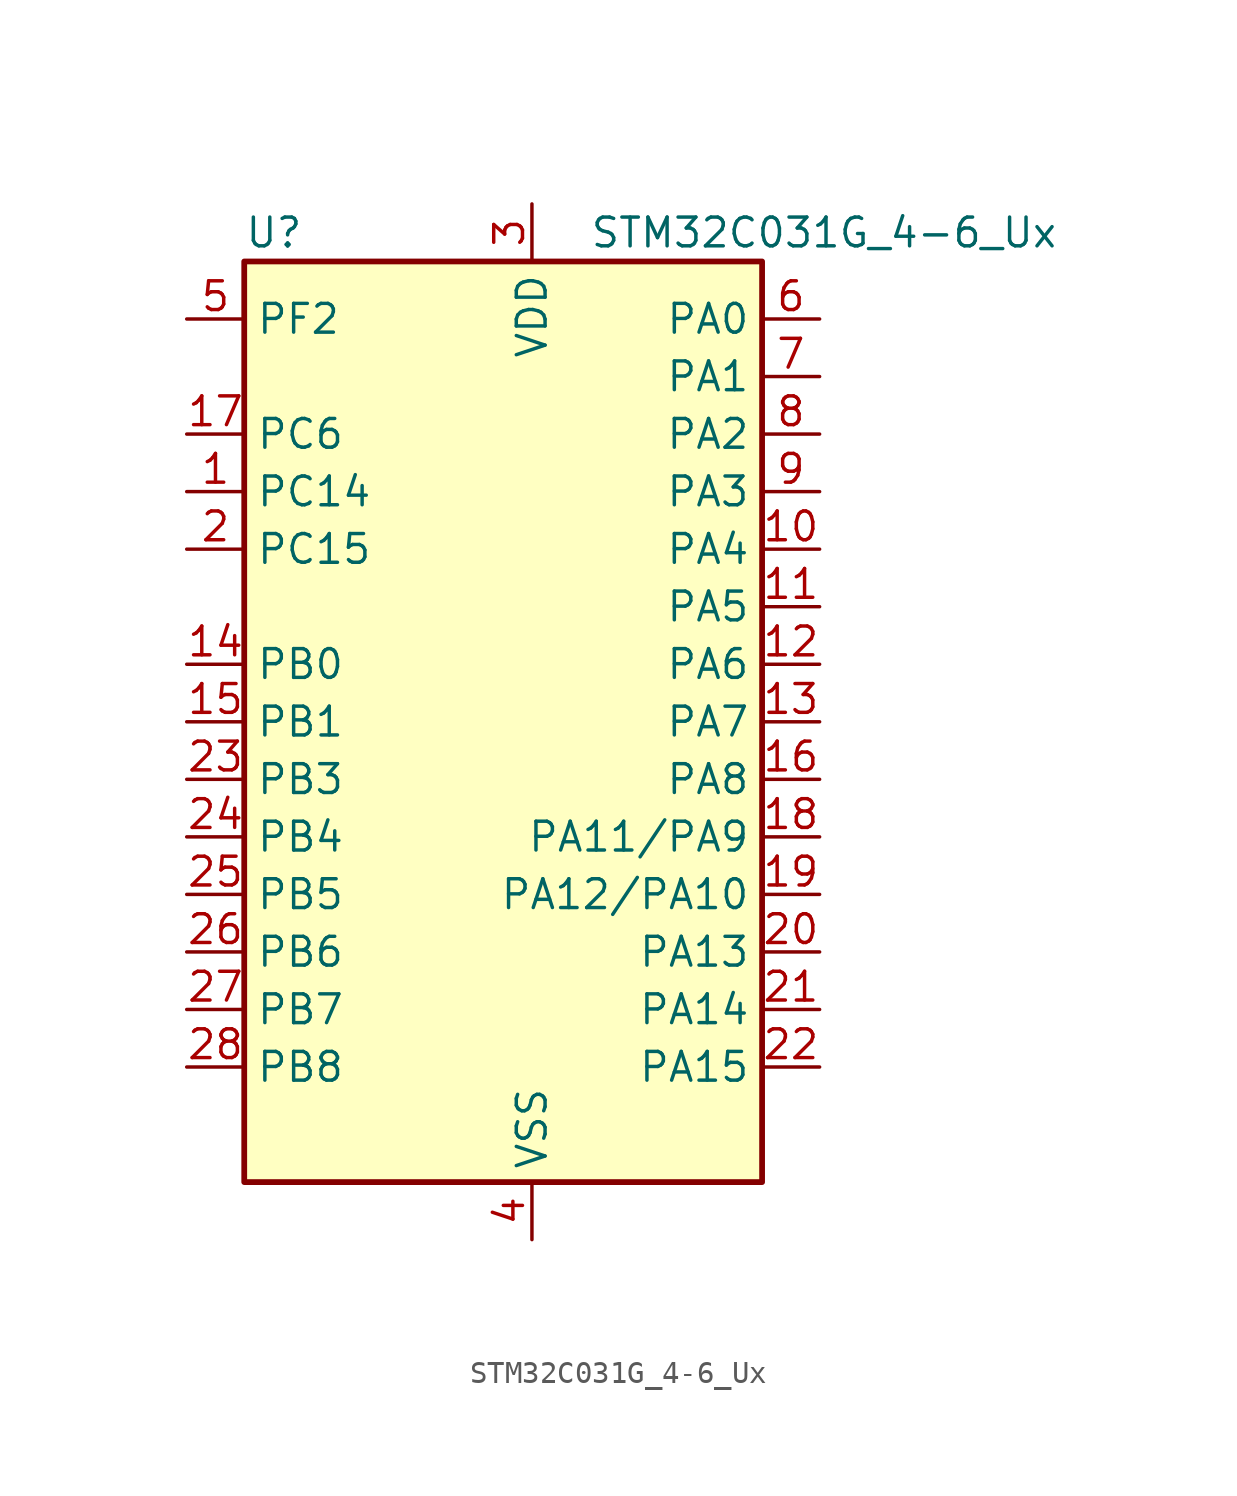
<source format=kicad_sym>
(kicad_symbol_lib
  (version 20211014)
  (generator kicad-library-utils)
  (symbol "STM32C031G_4-6_Ux"
    (property "Reference" "U"
      (at -10.16 21.59 0)
      (effects (font (size 1.27 1.27)) (justify left)))
    (property "Value" "STM32C031G_4-6_Ux"
      (at 5.08 21.59 0)
      (effects (font (size 1.27 1.27)) (justify left)))
    (property "ki_fp_filters" "QFN*4x4mm*P0.5mm*"
      (at 0.0 0.0 0.0)
      (effects (font (size 1.27 1.27))))
    (symbol "STM32C031G_4-6_Ux_0_1"
      (rectangle (start -10.16 -20.32) (end 12.7 20.32) (stroke (width 0.254)) (fill (type background))))
    (symbol "STM32C031G_4-6_Ux_1_1"
      (pin bidirectional line (at -12.7 17.78 0) (length 2.54) (name "PF2" (effects (font (size 1.27 1.27)))) (number "5" (effects (font (size 1.27 1.27)))) (alternate "RCC_MCO" bidirectional line) (alternate "TIM1_CH4" bidirectional line))
      (pin bidirectional line (at -12.7 12.7 0) (length 2.54) (name "PC6" (effects (font (size 1.27 1.27)))) (number "17" (effects (font (size 1.27 1.27)))) (alternate "TIM3_CH1" bidirectional line))
      (pin bidirectional line (at -12.7 10.16 0) (length 2.54) (name "PC14" (effects (font (size 1.27 1.27)))) (number "1" (effects (font (size 1.27 1.27)))) (alternate "I2C1_SDA" bidirectional line) (alternate "IR_OUT" bidirectional line) (alternate "RCC_OSCX_IN" bidirectional line) (alternate "TIM17_CH1" bidirectional line) (alternate "TIM1_BKIN2" bidirectional line) (alternate "TIM1_ETR" bidirectional line) (alternate "TIM3_CH2" bidirectional line) (alternate "USART1_TX" bidirectional line) (alternate "USART2_CK" bidirectional line) (alternate "USART2_DE" bidirectional line) (alternate "USART2_RTS" bidirectional line))
      (pin bidirectional line (at -12.7 7.62 0) (length 2.54) (name "PC15" (effects (font (size 1.27 1.27)))) (number "2" (effects (font (size 1.27 1.27)))) (alternate "RCC_OSC32_EN" bidirectional line) (alternate "RCC_OSCX_OUT" bidirectional line) (alternate "RCC_OSC_EN" bidirectional line) (alternate "TIM1_ETR" bidirectional line) (alternate "TIM3_CH3" bidirectional line))
      (pin bidirectional line (at -12.7 2.54 0) (length 2.54) (name "PB0" (effects (font (size 1.27 1.27)))) (number "14" (effects (font (size 1.27 1.27)))) (alternate "ADC1_IN17" bidirectional line) (alternate "I2S1_WS" bidirectional line) (alternate "SPI1_NSS" bidirectional line) (alternate "TIM1_CH2N" bidirectional line) (alternate "TIM3_CH3" bidirectional line))
      (pin bidirectional line (at -12.7 0.0 0) (length 2.54) (name "PB1" (effects (font (size 1.27 1.27)))) (number "15" (effects (font (size 1.27 1.27)))) (alternate "ADC1_IN18" bidirectional line) (alternate "TIM14_CH1" bidirectional line) (alternate "TIM1_CH2N" bidirectional line) (alternate "TIM1_CH3N" bidirectional line) (alternate "TIM3_CH4" bidirectional line))
      (pin bidirectional line (at -12.7 -2.54 0) (length 2.54) (name "PB3" (effects (font (size 1.27 1.27)))) (number "23" (effects (font (size 1.27 1.27)))) (alternate "I2S1_CK" bidirectional line) (alternate "SPI1_SCK" bidirectional line) (alternate "TIM1_CH2" bidirectional line) (alternate "TIM3_CH2" bidirectional line) (alternate "USART1_CK" bidirectional line) (alternate "USART1_DE" bidirectional line) (alternate "USART1_RTS" bidirectional line))
      (pin bidirectional line (at -12.7 -5.08 0) (length 2.54) (name "PB4" (effects (font (size 1.27 1.27)))) (number "24" (effects (font (size 1.27 1.27)))) (alternate "I2S1_MCK" bidirectional line) (alternate "SPI1_MISO" bidirectional line) (alternate "TIM17_BKIN" bidirectional line) (alternate "TIM3_CH1" bidirectional line) (alternate "USART1_CTS" bidirectional line) (alternate "USART1_NSS" bidirectional line))
      (pin bidirectional line (at -12.7 -7.62 0) (length 2.54) (name "PB5" (effects (font (size 1.27 1.27)))) (number "25" (effects (font (size 1.27 1.27)))) (alternate "I2C1_SMBA" bidirectional line) (alternate "I2S1_SD" bidirectional line) (alternate "PWR_WKUP6" bidirectional line) (alternate "SPI1_MOSI" bidirectional line) (alternate "TIM16_BKIN" bidirectional line) (alternate "TIM3_CH2" bidirectional line) (alternate "TIM3_CH3" bidirectional line))
      (pin bidirectional line (at -12.7 -10.16 0) (length 2.54) (name "PB6" (effects (font (size 1.27 1.27)))) (number "26" (effects (font (size 1.27 1.27)))) (alternate "I2C1_SCL" bidirectional line) (alternate "I2C1_SMBA" bidirectional line) (alternate "I2S1_CK" bidirectional line) (alternate "I2S1_MCK" bidirectional line) (alternate "I2S1_SD" bidirectional line) (alternate "PWR_WKUP3" bidirectional line) (alternate "SPI1_MISO" bidirectional line) (alternate "SPI1_MOSI" bidirectional line) (alternate "SPI1_SCK" bidirectional line) (alternate "TIM16_BKIN" bidirectional line) (alternate "TIM16_CH1N" bidirectional line) (alternate "TIM17_BKIN" bidirectional line) (alternate "TIM1_CH2" bidirectional line) (alternate "TIM1_CH3" bidirectional line) (alternate "TIM3_CH1" bidirectional line) (alternate "TIM3_CH2" bidirectional line) (alternate "TIM3_CH3" bidirectional line) (alternate "USART1_CK" bidirectional line) (alternate "USART1_CTS" bidirectional line) (alternate "USART1_DE" bidirectional line) (alternate "USART1_NSS" bidirectional line) (alternate "USART1_RTS" bidirectional line) (alternate "USART1_TX" bidirectional line))
      (pin bidirectional line (at -12.7 -12.7 0) (length 2.54) (name "PB7" (effects (font (size 1.27 1.27)))) (number "27" (effects (font (size 1.27 1.27)))) (alternate "I2C1_SCL" bidirectional line) (alternate "I2C1_SDA" bidirectional line) (alternate "RTC_REFIN" bidirectional line) (alternate "TIM16_CH1" bidirectional line) (alternate "TIM17_CH1N" bidirectional line) (alternate "TIM1_CH4" bidirectional line) (alternate "TIM3_CH1" bidirectional line) (alternate "TIM3_CH4" bidirectional line) (alternate "USART1_RX" bidirectional line) (alternate "USART2_CTS" bidirectional line) (alternate "USART2_NSS" bidirectional line))
      (pin bidirectional line (at -12.7 -15.24 0) (length 2.54) (name "PB8" (effects (font (size 1.27 1.27)))) (number "28" (effects (font (size 1.27 1.27)))) (alternate "I2C1_SCL" bidirectional line) (alternate "TIM16_CH1" bidirectional line) (alternate "TIM3_CH1" bidirectional line) (alternate "USART2_CTS" bidirectional line) (alternate "USART2_NSS" bidirectional line))
      (pin bidirectional line (at 15.24 17.78 180) (length 2.54) (name "PA0" (effects (font (size 1.27 1.27)))) (number "6" (effects (font (size 1.27 1.27)))) (alternate "ADC1_IN0" bidirectional line) (alternate "PWR_WKUP1" bidirectional line) (alternate "TIM16_CH1" bidirectional line) (alternate "TIM1_CH1" bidirectional line) (alternate "USART1_TX" bidirectional line) (alternate "USART2_CTS" bidirectional line) (alternate "USART2_NSS" bidirectional line))
      (pin bidirectional line (at 15.24 15.24 180) (length 2.54) (name "PA1" (effects (font (size 1.27 1.27)))) (number "7" (effects (font (size 1.27 1.27)))) (alternate "ADC1_IN1" bidirectional line) (alternate "I2C1_SMBA" bidirectional line) (alternate "I2S1_CK" bidirectional line) (alternate "SPI1_SCK" bidirectional line) (alternate "TIM17_CH1" bidirectional line) (alternate "TIM1_CH2" bidirectional line) (alternate "USART1_RX" bidirectional line) (alternate "USART2_CK" bidirectional line) (alternate "USART2_DE" bidirectional line) (alternate "USART2_RTS" bidirectional line))
      (pin bidirectional line (at 15.24 12.7 180) (length 2.54) (name "PA2" (effects (font (size 1.27 1.27)))) (number "8" (effects (font (size 1.27 1.27)))) (alternate "ADC1_IN2" bidirectional line) (alternate "I2S1_SD" bidirectional line) (alternate "PWR_WKUP4" bidirectional line) (alternate "RCC_LSCO" bidirectional line) (alternate "SPI1_MOSI" bidirectional line) (alternate "TIM16_CH1N" bidirectional line) (alternate "TIM1_CH3" bidirectional line) (alternate "TIM3_ETR" bidirectional line) (alternate "USART2_TX" bidirectional line))
      (pin bidirectional line (at 15.24 10.16 180) (length 2.54) (name "PA3" (effects (font (size 1.27 1.27)))) (number "9" (effects (font (size 1.27 1.27)))) (alternate "ADC1_IN3" bidirectional line) (alternate "TIM1_CH1N" bidirectional line) (alternate "TIM1_CH4" bidirectional line) (alternate "USART2_RX" bidirectional line))
      (pin bidirectional line (at 15.24 7.62 180) (length 2.54) (name "PA4" (effects (font (size 1.27 1.27)))) (number "10" (effects (font (size 1.27 1.27)))) (alternate "ADC1_IN4" bidirectional line) (alternate "I2S1_WS" bidirectional line) (alternate "PWR_WKUP2" bidirectional line) (alternate "RTC_OUT1" bidirectional line) (alternate "RTC_TS" bidirectional line) (alternate "SPI1_NSS" bidirectional line) (alternate "TIM14_CH1" bidirectional line) (alternate "TIM17_CH1N" bidirectional line) (alternate "TIM1_CH2N" bidirectional line) (alternate "USART2_TX" bidirectional line))
      (pin bidirectional line (at 15.24 5.08 180) (length 2.54) (name "PA5" (effects (font (size 1.27 1.27)))) (number "11" (effects (font (size 1.27 1.27)))) (alternate "ADC1_IN5" bidirectional line) (alternate "I2S1_CK" bidirectional line) (alternate "SPI1_SCK" bidirectional line) (alternate "TIM1_CH1" bidirectional line) (alternate "TIM1_CH3N" bidirectional line) (alternate "USART2_RX" bidirectional line))
      (pin bidirectional line (at 15.24 2.54 180) (length 2.54) (name "PA6" (effects (font (size 1.27 1.27)))) (number "12" (effects (font (size 1.27 1.27)))) (alternate "ADC1_IN6" bidirectional line) (alternate "I2S1_MCK" bidirectional line) (alternate "SPI1_MISO" bidirectional line) (alternate "TIM16_CH1" bidirectional line) (alternate "TIM1_BKIN" bidirectional line) (alternate "TIM3_CH1" bidirectional line))
      (pin bidirectional line (at 15.24 0.0 180) (length 2.54) (name "PA7" (effects (font (size 1.27 1.27)))) (number "13" (effects (font (size 1.27 1.27)))) (alternate "ADC1_IN7" bidirectional line) (alternate "I2S1_SD" bidirectional line) (alternate "SPI1_MOSI" bidirectional line) (alternate "TIM14_CH1" bidirectional line) (alternate "TIM17_CH1" bidirectional line) (alternate "TIM1_CH1N" bidirectional line) (alternate "TIM3_CH2" bidirectional line))
      (pin bidirectional line (at 15.24 -2.54 180) (length 2.54) (name "PA8" (effects (font (size 1.27 1.27)))) (number "16" (effects (font (size 1.27 1.27)))) (alternate "ADC1_IN8" bidirectional line) (alternate "I2S1_WS" bidirectional line) (alternate "RCC_MCO" bidirectional line) (alternate "RCC_MCO_2" bidirectional line) (alternate "SPI1_NSS" bidirectional line) (alternate "TIM14_CH1" bidirectional line) (alternate "TIM1_CH1" bidirectional line) (alternate "TIM1_CH2N" bidirectional line) (alternate "TIM1_CH3N" bidirectional line) (alternate "TIM3_CH3" bidirectional line) (alternate "TIM3_CH4" bidirectional line) (alternate "USART1_RX" bidirectional line) (alternate "USART2_TX" bidirectional line))
      (pin bidirectional line (at 15.24 -5.08 180) (length 2.54) (name "PA11/PA9" (effects (font (size 1.27 1.27)))) (number "18" (effects (font (size 1.27 1.27)))) (alternate "ADC1_EXTI11" bidirectional line) (alternate "ADC1_IN11" bidirectional line) (alternate "I2S1_MCK" bidirectional line) (alternate "SPI1_MISO" bidirectional line) (alternate "TIM1_BKIN2" bidirectional line) (alternate "TIM1_CH4" bidirectional line) (alternate "USART1_CTS" bidirectional line) (alternate "USART1_NSS" bidirectional line))
      (pin bidirectional line (at 15.24 -7.62 180) (length 2.54) (name "PA12/PA10" (effects (font (size 1.27 1.27)))) (number "19" (effects (font (size 1.27 1.27)))) (alternate "ADC1_IN12" bidirectional line) (alternate "I2S1_SD" bidirectional line) (alternate "I2S_CKIN" bidirectional line) (alternate "SPI1_MOSI" bidirectional line) (alternate "TIM1_ETR" bidirectional line) (alternate "USART1_CK" bidirectional line) (alternate "USART1_DE" bidirectional line) (alternate "USART1_RTS" bidirectional line))
      (pin bidirectional line (at 15.24 -10.16 180) (length 2.54) (name "PA13" (effects (font (size 1.27 1.27)))) (number "20" (effects (font (size 1.27 1.27)))) (alternate "ADC1_IN13" bidirectional line) (alternate "DEBUG_SWDIO" bidirectional line) (alternate "IR_OUT" bidirectional line) (alternate "TIM3_ETR" bidirectional line) (alternate "USART2_RX" bidirectional line))
      (pin bidirectional line (at 15.24 -12.7 180) (length 2.54) (name "PA14" (effects (font (size 1.27 1.27)))) (number "21" (effects (font (size 1.27 1.27)))) (alternate "ADC1_IN14" bidirectional line) (alternate "DEBUG_SWCLK" bidirectional line) (alternate "I2S1_WS" bidirectional line) (alternate "RCC_MCO_2" bidirectional line) (alternate "SPI1_NSS" bidirectional line) (alternate "TIM1_CH1" bidirectional line) (alternate "USART1_CK" bidirectional line) (alternate "USART1_DE" bidirectional line) (alternate "USART1_RTS" bidirectional line) (alternate "USART2_RX" bidirectional line) (alternate "USART2_TX" bidirectional line))
      (pin bidirectional line (at 15.24 -15.24 180) (length 2.54) (name "PA15" (effects (font (size 1.27 1.27)))) (number "22" (effects (font (size 1.27 1.27)))) (alternate "I2S1_WS" bidirectional line) (alternate "RCC_MCO_2" bidirectional line) (alternate "SPI1_NSS" bidirectional line) (alternate "TIM1_CH1" bidirectional line) (alternate "USART1_CK" bidirectional line) (alternate "USART1_DE" bidirectional line) (alternate "USART1_RTS" bidirectional line) (alternate "USART2_RX" bidirectional line))
      (pin power_in line (at 2.54 22.86 270) (length 2.54) (name "VDD" (effects (font (size 1.27 1.27)))) (number "3" (effects (font (size 1.27 1.27)))))
      (pin power_in line (at 2.54 -22.86 90) (length 2.54) (name "VSS" (effects (font (size 1.27 1.27)))) (number "4" (effects (font (size 1.27 1.27))))))))
</source>
